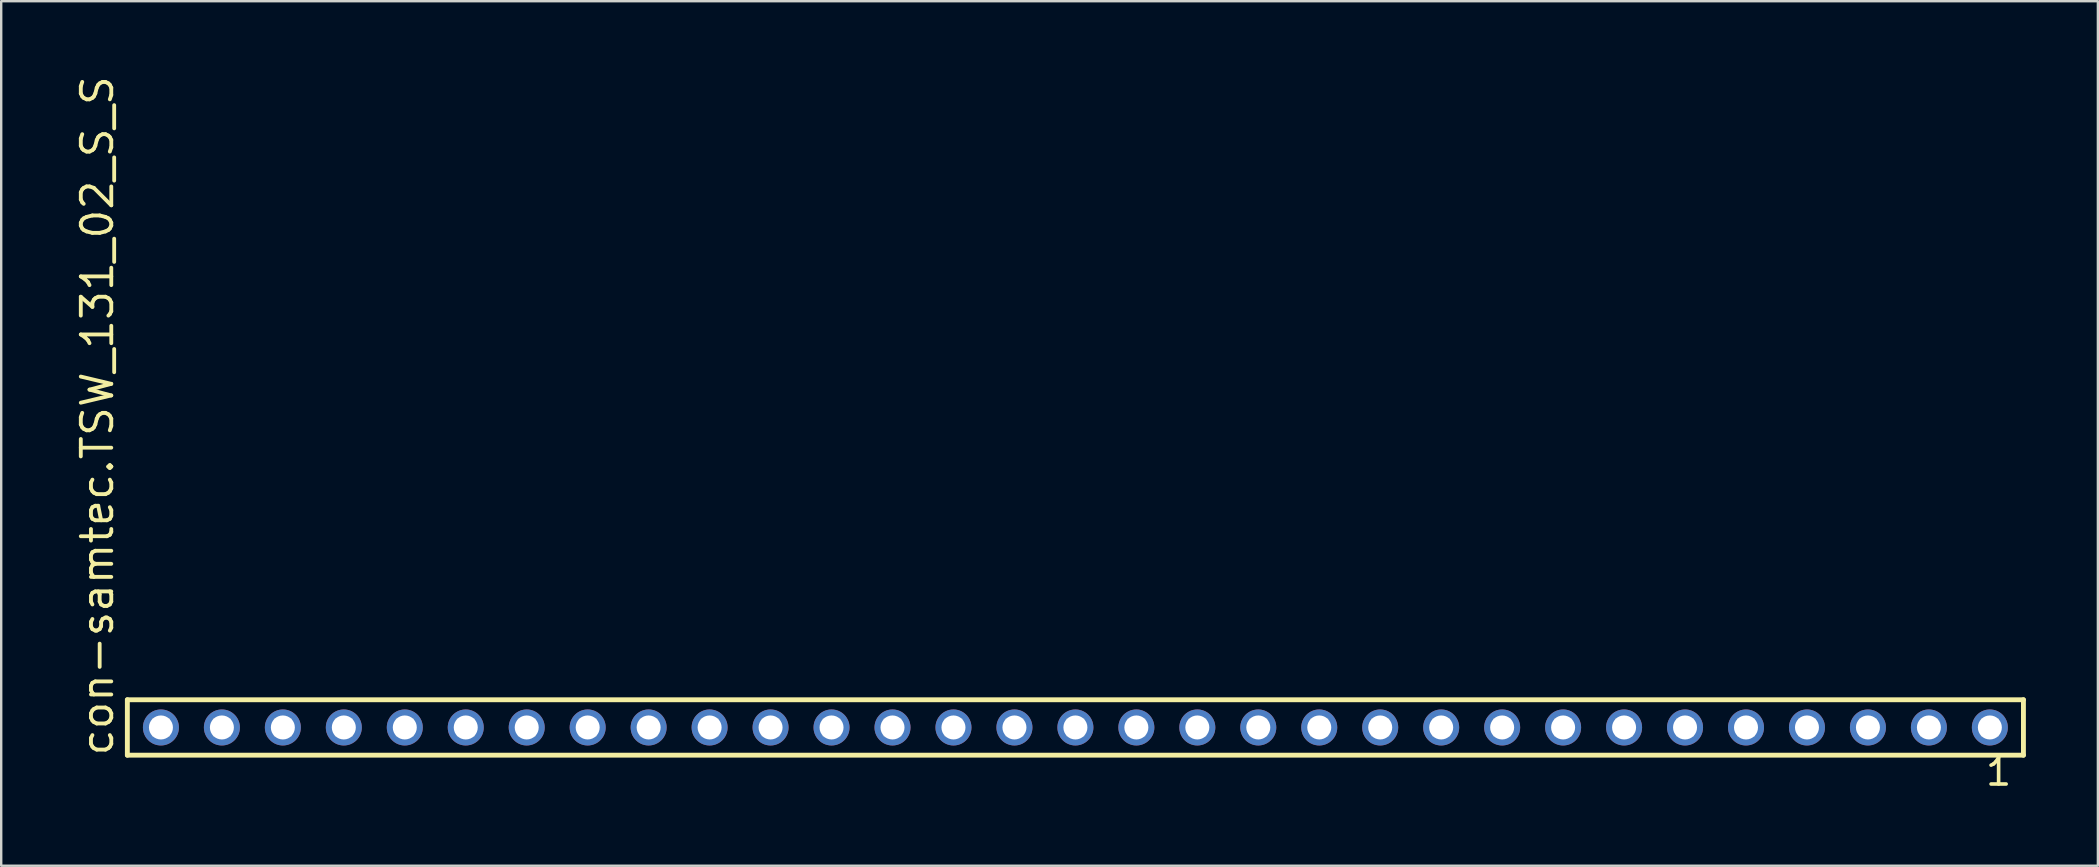
<source format=kicad_pcb>
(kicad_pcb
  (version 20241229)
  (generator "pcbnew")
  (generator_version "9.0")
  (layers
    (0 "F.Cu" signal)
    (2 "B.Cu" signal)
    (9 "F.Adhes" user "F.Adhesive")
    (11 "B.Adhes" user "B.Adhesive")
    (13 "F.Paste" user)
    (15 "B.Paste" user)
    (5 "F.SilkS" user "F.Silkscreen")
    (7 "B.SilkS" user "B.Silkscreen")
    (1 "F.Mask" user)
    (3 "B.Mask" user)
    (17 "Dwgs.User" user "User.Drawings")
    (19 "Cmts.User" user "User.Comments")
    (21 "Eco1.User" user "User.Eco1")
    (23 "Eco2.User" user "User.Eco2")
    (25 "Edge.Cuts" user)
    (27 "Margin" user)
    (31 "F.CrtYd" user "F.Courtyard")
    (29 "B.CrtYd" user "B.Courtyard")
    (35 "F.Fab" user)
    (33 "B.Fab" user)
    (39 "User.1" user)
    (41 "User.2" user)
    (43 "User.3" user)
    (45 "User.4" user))
  (footprint "con-samtec.TSW_131_02_S_S"
    (layer "F.Cu")
    (at 41.755 27.259)
    (property "Reference" "con-samtec.TSW_131_02_S_S" (at -40.005 1.27 90) (layer "F.SilkS") (effects (font (size 1.27 1.27) (thickness 0.16)) (justify left bottom)))
    (attr through_hole)
    (fp_line (start -39.499 -1.155) (end 39.499 -1.155) (stroke (width 0.203) (type default)) (layer "F.SilkS"))
    (fp_line (start -39.499 1.155) (end -39.499 -1.155) (stroke (width 0.203) (type default)) (layer "F.SilkS"))
    (fp_line (start 39.499 -1.155) (end 39.499 1.155) (stroke (width 0.203) (type default)) (layer "F.SilkS"))
    (fp_line (start 39.499 1.155) (end -39.499 1.155) (stroke (width 0.203) (type default)) (layer "F.SilkS"))
    (fp_rect (start -38.45 0.35) (end -37.75 -0.35) (stroke (width 0.05) (type default)) (fill no) (layer "F.Fab"))
    (fp_rect (start -35.91 0.35) (end -35.21 -0.35) (stroke (width 0.05) (type default)) (fill no) (layer "F.Fab"))
    (fp_rect (start -33.37 0.35) (end -32.67 -0.35) (stroke (width 0.05) (type default)) (fill no) (layer "F.Fab"))
    (fp_rect (start -30.83 0.35) (end -30.13 -0.35) (stroke (width 0.05) (type default)) (fill no) (layer "F.Fab"))
    (fp_rect (start -28.29 0.35) (end -27.59 -0.35) (stroke (width 0.05) (type default)) (fill no) (layer "F.Fab"))
    (fp_rect (start -25.75 0.35) (end -25.05 -0.35) (stroke (width 0.05) (type default)) (fill no) (layer "F.Fab"))
    (fp_rect (start -23.21 0.35) (end -22.51 -0.35) (stroke (width 0.05) (type default)) (fill no) (layer "F.Fab"))
    (fp_rect (start -20.67 0.35) (end -19.97 -0.35) (stroke (width 0.05) (type default)) (fill no) (layer "F.Fab"))
    (fp_rect (start -18.13 0.35) (end -17.43 -0.35) (stroke (width 0.05) (type default)) (fill no) (layer "F.Fab"))
    (fp_rect (start -15.59 0.35) (end -14.89 -0.35) (stroke (width 0.05) (type default)) (fill no) (layer "F.Fab"))
    (fp_rect (start -13.05 0.35) (end -12.35 -0.35) (stroke (width 0.05) (type default)) (fill no) (layer "F.Fab"))
    (fp_rect (start -10.51 0.35) (end -9.81 -0.35) (stroke (width 0.05) (type default)) (fill no) (layer "F.Fab"))
    (fp_rect (start -7.97 0.35) (end -7.27 -0.35) (stroke (width 0.05) (type default)) (fill no) (layer "F.Fab"))
    (fp_rect (start -5.43 0.35) (end -4.73 -0.35) (stroke (width 0.05) (type default)) (fill no) (layer "F.Fab"))
    (fp_rect (start -2.89 0.35) (end -2.19 -0.35) (stroke (width 0.05) (type default)) (fill no) (layer "F.Fab"))
    (fp_rect (start -0.35 0.35) (end 0.35 -0.35) (stroke (width 0.05) (type default)) (fill no) (layer "F.Fab"))
    (fp_rect (start 2.19 0.35) (end 2.89 -0.35) (stroke (width 0.05) (type default)) (fill no) (layer "F.Fab"))
    (fp_rect (start 4.73 0.35) (end 5.43 -0.35) (stroke (width 0.05) (type default)) (fill no) (layer "F.Fab"))
    (fp_rect (start 7.27 0.35) (end 7.97 -0.35) (stroke (width 0.05) (type default)) (fill no) (layer "F.Fab"))
    (fp_rect (start 9.81 0.35) (end 10.51 -0.35) (stroke (width 0.05) (type default)) (fill no) (layer "F.Fab"))
    (fp_rect (start 12.35 0.35) (end 13.05 -0.35) (stroke (width 0.05) (type default)) (fill no) (layer "F.Fab"))
    (fp_rect (start 14.89 0.35) (end 15.59 -0.35) (stroke (width 0.05) (type default)) (fill no) (layer "F.Fab"))
    (fp_rect (start 17.43 0.35) (end 18.13 -0.35) (stroke (width 0.05) (type default)) (fill no) (layer "F.Fab"))
    (fp_rect (start 19.97 0.35) (end 20.67 -0.35) (stroke (width 0.05) (type default)) (fill no) (layer "F.Fab"))
    (fp_rect (start 22.51 0.35) (end 23.21 -0.35) (stroke (width 0.05) (type default)) (fill no) (layer "F.Fab"))
    (fp_rect (start 25.05 0.35) (end 25.75 -0.35) (stroke (width 0.05) (type default)) (fill no) (layer "F.Fab"))
    (fp_rect (start 27.59 0.35) (end 28.29 -0.35) (stroke (width 0.05) (type default)) (fill no) (layer "F.Fab"))
    (fp_rect (start 30.13 0.35) (end 30.83 -0.35) (stroke (width 0.05) (type default)) (fill no) (layer "F.Fab"))
    (fp_rect (start 32.67 0.35) (end 33.37 -0.35) (stroke (width 0.05) (type default)) (fill no) (layer "F.Fab"))
    (fp_rect (start 35.21 0.35) (end 35.91 -0.35) (stroke (width 0.05) (type default)) (fill no) (layer "F.Fab"))
    (fp_rect (start 37.75 0.35) (end 38.45 -0.35) (stroke (width 0.05) (type default)) (fill no) (layer "F.Fab"))
    (fp_text user "1" (at 37.842 2.498 0) (layer "F.SilkS") (effects (font (size 1.1 1.1) (thickness 0.15)) (justify left bottom)))
    (pad "1" thru_hole circle (at 38.1 0 180) (size 1.5 1.5) (drill 1) (layers "*.Cu" "*.Mask"))
    (pad "2" thru_hole circle (at 35.56 0 180) (size 1.5 1.5) (drill 1) (layers "*.Cu" "*.Mask"))
    (pad "3" thru_hole circle (at 33.02 0 180) (size 1.5 1.5) (drill 1) (layers "*.Cu" "*.Mask"))
    (pad "4" thru_hole circle (at 30.48 0 180) (size 1.5 1.5) (drill 1) (layers "*.Cu" "*.Mask"))
    (pad "5" thru_hole circle (at 27.94 0 180) (size 1.5 1.5) (drill 1) (layers "*.Cu" "*.Mask"))
    (pad "6" thru_hole circle (at 25.4 0 180) (size 1.5 1.5) (drill 1) (layers "*.Cu" "*.Mask"))
    (pad "7" thru_hole circle (at 22.86 0 180) (size 1.5 1.5) (drill 1) (layers "*.Cu" "*.Mask"))
    (pad "8" thru_hole circle (at 20.32 0 180) (size 1.5 1.5) (drill 1) (layers "*.Cu" "*.Mask"))
    (pad "9" thru_hole circle (at 17.78 0 180) (size 1.5 1.5) (drill 1) (layers "*.Cu" "*.Mask"))
    (pad "10" thru_hole circle (at 15.24 0 180) (size 1.5 1.5) (drill 1) (layers "*.Cu" "*.Mask"))
    (pad "11" thru_hole circle (at 12.7 0 180) (size 1.5 1.5) (drill 1) (layers "*.Cu" "*.Mask"))
    (pad "12" thru_hole circle (at 10.16 0 180) (size 1.5 1.5) (drill 1) (layers "*.Cu" "*.Mask"))
    (pad "13" thru_hole circle (at 7.62 0 180) (size 1.5 1.5) (drill 1) (layers "*.Cu" "*.Mask"))
    (pad "14" thru_hole circle (at 5.08 0 180) (size 1.5 1.5) (drill 1) (layers "*.Cu" "*.Mask"))
    (pad "15" thru_hole circle (at 2.54 0 180) (size 1.5 1.5) (drill 1) (layers "*.Cu" "*.Mask"))
    (pad "16" thru_hole circle (at 0 0 180) (size 1.5 1.5) (drill 1) (layers "*.Cu" "*.Mask"))
    (pad "17" thru_hole circle (at -2.54 0 180) (size 1.5 1.5) (drill 1) (layers "*.Cu" "*.Mask"))
    (pad "18" thru_hole circle (at -5.08 0 180) (size 1.5 1.5) (drill 1) (layers "*.Cu" "*.Mask"))
    (pad "19" thru_hole circle (at -7.62 0 180) (size 1.5 1.5) (drill 1) (layers "*.Cu" "*.Mask"))
    (pad "20" thru_hole circle (at -10.16 0 180) (size 1.5 1.5) (drill 1) (layers "*.Cu" "*.Mask"))
    (pad "21" thru_hole circle (at -12.7 0 180) (size 1.5 1.5) (drill 1) (layers "*.Cu" "*.Mask"))
    (pad "22" thru_hole circle (at -15.24 0 180) (size 1.5 1.5) (drill 1) (layers "*.Cu" "*.Mask"))
    (pad "23" thru_hole circle (at -17.78 0 180) (size 1.5 1.5) (drill 1) (layers "*.Cu" "*.Mask"))
    (pad "24" thru_hole circle (at -20.32 0 180) (size 1.5 1.5) (drill 1) (layers "*.Cu" "*.Mask"))
    (pad "25" thru_hole circle (at -22.86 0 180) (size 1.5 1.5) (drill 1) (layers "*.Cu" "*.Mask"))
    (pad "26" thru_hole circle (at -25.4 0 180) (size 1.5 1.5) (drill 1) (layers "*.Cu" "*.Mask"))
    (pad "27" thru_hole circle (at -27.94 0 180) (size 1.5 1.5) (drill 1) (layers "*.Cu" "*.Mask"))
    (pad "28" thru_hole circle (at -30.48 0 180) (size 1.5 1.5) (drill 1) (layers "*.Cu" "*.Mask"))
    (pad "29" thru_hole circle (at -33.02 0 180) (size 1.5 1.5) (drill 1) (layers "*.Cu" "*.Mask"))
    (pad "30" thru_hole circle (at -35.56 0 180) (size 1.5 1.5) (drill 1) (layers "*.Cu" "*.Mask"))
    (pad "31" thru_hole circle (at -38.1 0 180) (size 1.5 1.5) (drill 1) (layers "*.Cu" "*.Mask")))
  (gr_rect
    (start -3 -3)
    (end 84.356 33.02)
    (stroke (width 0.1) (type default))
    (fill no)
    (layer "Edge.Cuts")))
</source>
